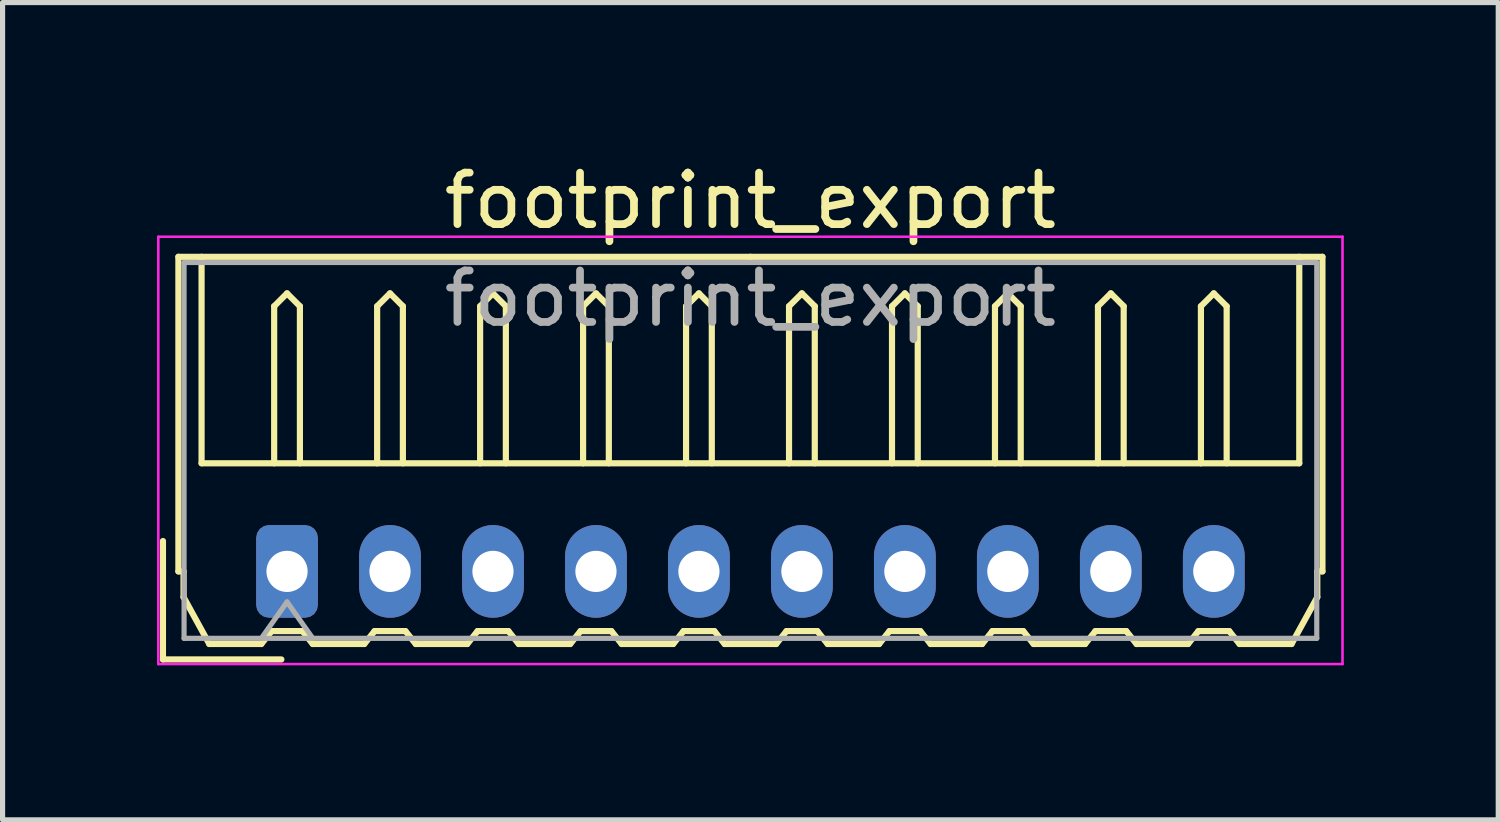
<source format=kicad_pcb>
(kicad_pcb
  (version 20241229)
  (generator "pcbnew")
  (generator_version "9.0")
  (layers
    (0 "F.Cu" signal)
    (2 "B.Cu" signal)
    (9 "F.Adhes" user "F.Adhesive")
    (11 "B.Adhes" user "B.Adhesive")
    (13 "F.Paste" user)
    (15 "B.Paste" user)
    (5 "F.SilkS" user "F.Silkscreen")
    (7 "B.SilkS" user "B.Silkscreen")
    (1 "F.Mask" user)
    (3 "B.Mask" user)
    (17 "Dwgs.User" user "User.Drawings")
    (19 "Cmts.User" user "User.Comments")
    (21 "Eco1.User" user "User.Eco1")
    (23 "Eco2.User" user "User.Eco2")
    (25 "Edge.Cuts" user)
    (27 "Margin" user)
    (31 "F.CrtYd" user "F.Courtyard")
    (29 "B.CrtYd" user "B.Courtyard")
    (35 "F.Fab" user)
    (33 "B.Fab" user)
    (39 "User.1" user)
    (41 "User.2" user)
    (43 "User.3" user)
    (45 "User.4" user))
  (footprint "footprint_export"
    (layer "F.Cu")
    (at 2.525 8.048)
    (property "Reference" "footprint_export" (at 9 -7.2 0) (layer "F.SilkS") (effects (font (size 1 1) (thickness 0.15))))
    (attr through_hole)
    (fp_line (start -2.41 1.71) (end -2.41 -0.59) (stroke (width 0.12) (type solid)) (layer "F.SilkS"))
    (fp_line (start -2.11 -6.11) (end 9 -6.11) (stroke (width 0.12) (type solid)) (layer "F.SilkS"))
    (fp_line (start -2.11 0) (end -2.11 -6.11) (stroke (width 0.12) (type solid)) (layer "F.SilkS"))
    (fp_line (start -2.01 0) (end -2.11 0) (stroke (width 0.12) (type solid)) (layer "F.SilkS"))
    (fp_line (start -2.01 0.5) (end -2.01 0) (stroke (width 0.12) (type solid)) (layer "F.SilkS"))
    (fp_line (start -1.66 -6.11) (end -1.66 -2.1) (stroke (width 0.12) (type solid)) (layer "F.SilkS"))
    (fp_line (start -1.66 -2.1) (end 19.66 -2.1) (stroke (width 0.12) (type solid)) (layer "F.SilkS"))
    (fp_line (start -1.51 1.41) (end -2.01 0.5) (stroke (width 0.12) (type solid)) (layer "F.SilkS"))
    (fp_line (start -0.5 1.41) (end -1.51 1.41) (stroke (width 0.12) (type solid)) (layer "F.SilkS"))
    (fp_line (start -0.3 1.16) (end -0.5 1.41) (stroke (width 0.12) (type solid)) (layer "F.SilkS"))
    (fp_line (start -0.3 1.16) (end 0.3 1.16) (stroke (width 0.12) (type solid)) (layer "F.SilkS"))
    (fp_line (start -0.25 -5.15) (end 0 -5.4) (stroke (width 0.12) (type solid)) (layer "F.SilkS"))
    (fp_line (start -0.25 -2.1) (end -0.25 -5.15) (stroke (width 0.12) (type solid)) (layer "F.SilkS"))
    (fp_line (start -0.11 1.71) (end -2.41 1.71) (stroke (width 0.12) (type solid)) (layer "F.SilkS"))
    (fp_line (start 0 -5.4) (end 0.25 -5.15) (stroke (width 0.12) (type solid)) (layer "F.SilkS"))
    (fp_line (start 0.25 -5.15) (end 0.25 -2.1) (stroke (width 0.12) (type solid)) (layer "F.SilkS"))
    (fp_line (start 0.3 1.16) (end 0.5 1.41) (stroke (width 0.12) (type solid)) (layer "F.SilkS"))
    (fp_line (start 0.5 1.41) (end 1.5 1.41) (stroke (width 0.12) (type solid)) (layer "F.SilkS"))
    (fp_line (start 1.5 1.41) (end 1.7 1.16) (stroke (width 0.12) (type solid)) (layer "F.SilkS"))
    (fp_line (start 1.7 1.16) (end 2.3 1.16) (stroke (width 0.12) (type solid)) (layer "F.SilkS"))
    (fp_line (start 1.75 -5.15) (end 2 -5.4) (stroke (width 0.12) (type solid)) (layer "F.SilkS"))
    (fp_line (start 1.75 -2.1) (end 1.75 -5.15) (stroke (width 0.12) (type solid)) (layer "F.SilkS"))
    (fp_line (start 2 -5.4) (end 2.25 -5.15) (stroke (width 0.12) (type solid)) (layer "F.SilkS"))
    (fp_line (start 2.25 -5.15) (end 2.25 -2.1) (stroke (width 0.12) (type solid)) (layer "F.SilkS"))
    (fp_line (start 2.3 1.16) (end 2.5 1.41) (stroke (width 0.12) (type solid)) (layer "F.SilkS"))
    (fp_line (start 2.5 1.41) (end 3.5 1.41) (stroke (width 0.12) (type solid)) (layer "F.SilkS"))
    (fp_line (start 3.5 1.41) (end 3.7 1.16) (stroke (width 0.12) (type solid)) (layer "F.SilkS"))
    (fp_line (start 3.7 1.16) (end 4.3 1.16) (stroke (width 0.12) (type solid)) (layer "F.SilkS"))
    (fp_line (start 3.75 -5.15) (end 4 -5.4) (stroke (width 0.12) (type solid)) (layer "F.SilkS"))
    (fp_line (start 3.75 -2.1) (end 3.75 -5.15) (stroke (width 0.12) (type solid)) (layer "F.SilkS"))
    (fp_line (start 4 -5.4) (end 4.25 -5.15) (stroke (width 0.12) (type solid)) (layer "F.SilkS"))
    (fp_line (start 4.25 -5.15) (end 4.25 -2.1) (stroke (width 0.12) (type solid)) (layer "F.SilkS"))
    (fp_line (start 4.3 1.16) (end 4.5 1.41) (stroke (width 0.12) (type solid)) (layer "F.SilkS"))
    (fp_line (start 4.5 1.41) (end 5.5 1.41) (stroke (width 0.12) (type solid)) (layer "F.SilkS"))
    (fp_line (start 5.5 1.41) (end 5.7 1.16) (stroke (width 0.12) (type solid)) (layer "F.SilkS"))
    (fp_line (start 5.7 1.16) (end 6.3 1.16) (stroke (width 0.12) (type solid)) (layer "F.SilkS"))
    (fp_line (start 5.75 -5.15) (end 6 -5.4) (stroke (width 0.12) (type solid)) (layer "F.SilkS"))
    (fp_line (start 5.75 -2.1) (end 5.75 -5.15) (stroke (width 0.12) (type solid)) (layer "F.SilkS"))
    (fp_line (start 6 -5.4) (end 6.25 -5.15) (stroke (width 0.12) (type solid)) (layer "F.SilkS"))
    (fp_line (start 6.25 -5.15) (end 6.25 -2.1) (stroke (width 0.12) (type solid)) (layer "F.SilkS"))
    (fp_line (start 6.3 1.16) (end 6.5 1.41) (stroke (width 0.12) (type solid)) (layer "F.SilkS"))
    (fp_line (start 6.5 1.41) (end 7.5 1.41) (stroke (width 0.12) (type solid)) (layer "F.SilkS"))
    (fp_line (start 7.5 1.41) (end 7.7 1.16) (stroke (width 0.12) (type solid)) (layer "F.SilkS"))
    (fp_line (start 7.7 1.16) (end 8.3 1.16) (stroke (width 0.12) (type solid)) (layer "F.SilkS"))
    (fp_line (start 7.75 -5.15) (end 8 -5.4) (stroke (width 0.12) (type solid)) (layer "F.SilkS"))
    (fp_line (start 7.75 -2.1) (end 7.75 -5.15) (stroke (width 0.12) (type solid)) (layer "F.SilkS"))
    (fp_line (start 8 -5.4) (end 8.25 -5.15) (stroke (width 0.12) (type solid)) (layer "F.SilkS"))
    (fp_line (start 8.25 -5.15) (end 8.25 -2.1) (stroke (width 0.12) (type solid)) (layer "F.SilkS"))
    (fp_line (start 8.3 1.16) (end 8.5 1.41) (stroke (width 0.12) (type solid)) (layer "F.SilkS"))
    (fp_line (start 8.5 1.41) (end 9.5 1.41) (stroke (width 0.12) (type solid)) (layer "F.SilkS"))
    (fp_line (start 9.5 1.41) (end 9.7 1.16) (stroke (width 0.12) (type solid)) (layer "F.SilkS"))
    (fp_line (start 9.7 1.16) (end 10.3 1.16) (stroke (width 0.12) (type solid)) (layer "F.SilkS"))
    (fp_line (start 9.75 -5.15) (end 10 -5.4) (stroke (width 0.12) (type solid)) (layer "F.SilkS"))
    (fp_line (start 9.75 -2.1) (end 9.75 -5.15) (stroke (width 0.12) (type solid)) (layer "F.SilkS"))
    (fp_line (start 10 -5.4) (end 10.25 -5.15) (stroke (width 0.12) (type solid)) (layer "F.SilkS"))
    (fp_line (start 10.25 -5.15) (end 10.25 -2.1) (stroke (width 0.12) (type solid)) (layer "F.SilkS"))
    (fp_line (start 10.3 1.16) (end 10.5 1.41) (stroke (width 0.12) (type solid)) (layer "F.SilkS"))
    (fp_line (start 10.5 1.41) (end 11.5 1.41) (stroke (width 0.12) (type solid)) (layer "F.SilkS"))
    (fp_line (start 11.5 1.41) (end 11.7 1.16) (stroke (width 0.12) (type solid)) (layer "F.SilkS"))
    (fp_line (start 11.7 1.16) (end 12.3 1.16) (stroke (width 0.12) (type solid)) (layer "F.SilkS"))
    (fp_line (start 11.75 -5.15) (end 12 -5.4) (stroke (width 0.12) (type solid)) (layer "F.SilkS"))
    (fp_line (start 11.75 -2.1) (end 11.75 -5.15) (stroke (width 0.12) (type solid)) (layer "F.SilkS"))
    (fp_line (start 12 -5.4) (end 12.25 -5.15) (stroke (width 0.12) (type solid)) (layer "F.SilkS"))
    (fp_line (start 12.25 -5.15) (end 12.25 -2.1) (stroke (width 0.12) (type solid)) (layer "F.SilkS"))
    (fp_line (start 12.3 1.16) (end 12.5 1.41) (stroke (width 0.12) (type solid)) (layer "F.SilkS"))
    (fp_line (start 12.5 1.41) (end 13.5 1.41) (stroke (width 0.12) (type solid)) (layer "F.SilkS"))
    (fp_line (start 13.5 1.41) (end 13.7 1.16) (stroke (width 0.12) (type solid)) (layer "F.SilkS"))
    (fp_line (start 13.7 1.16) (end 14.3 1.16) (stroke (width 0.12) (type solid)) (layer "F.SilkS"))
    (fp_line (start 13.75 -5.15) (end 14 -5.4) (stroke (width 0.12) (type solid)) (layer "F.SilkS"))
    (fp_line (start 13.75 -2.1) (end 13.75 -5.15) (stroke (width 0.12) (type solid)) (layer "F.SilkS"))
    (fp_line (start 14 -5.4) (end 14.25 -5.15) (stroke (width 0.12) (type solid)) (layer "F.SilkS"))
    (fp_line (start 14.25 -5.15) (end 14.25 -2.1) (stroke (width 0.12) (type solid)) (layer "F.SilkS"))
    (fp_line (start 14.3 1.16) (end 14.5 1.41) (stroke (width 0.12) (type solid)) (layer "F.SilkS"))
    (fp_line (start 14.5 1.41) (end 15.5 1.41) (stroke (width 0.12) (type solid)) (layer "F.SilkS"))
    (fp_line (start 15.5 1.41) (end 15.7 1.16) (stroke (width 0.12) (type solid)) (layer "F.SilkS"))
    (fp_line (start 15.7 1.16) (end 16.3 1.16) (stroke (width 0.12) (type solid)) (layer "F.SilkS"))
    (fp_line (start 15.75 -5.15) (end 16 -5.4) (stroke (width 0.12) (type solid)) (layer "F.SilkS"))
    (fp_line (start 15.75 -2.1) (end 15.75 -5.15) (stroke (width 0.12) (type solid)) (layer "F.SilkS"))
    (fp_line (start 16 -5.4) (end 16.25 -5.15) (stroke (width 0.12) (type solid)) (layer "F.SilkS"))
    (fp_line (start 16.25 -5.15) (end 16.25 -2.1) (stroke (width 0.12) (type solid)) (layer "F.SilkS"))
    (fp_line (start 16.3 1.16) (end 16.5 1.41) (stroke (width 0.12) (type solid)) (layer "F.SilkS"))
    (fp_line (start 16.5 1.41) (end 17.5 1.41) (stroke (width 0.12) (type solid)) (layer "F.SilkS"))
    (fp_line (start 17.5 1.41) (end 17.7 1.16) (stroke (width 0.12) (type solid)) (layer "F.SilkS"))
    (fp_line (start 17.7 1.16) (end 18.3 1.16) (stroke (width 0.12) (type solid)) (layer "F.SilkS"))
    (fp_line (start 17.75 -5.15) (end 18 -5.4) (stroke (width 0.12) (type solid)) (layer "F.SilkS"))
    (fp_line (start 17.75 -2.1) (end 17.75 -5.15) (stroke (width 0.12) (type solid)) (layer "F.SilkS"))
    (fp_line (start 18 -5.4) (end 18.25 -5.15) (stroke (width 0.12) (type solid)) (layer "F.SilkS"))
    (fp_line (start 18.25 -5.15) (end 18.25 -2.1) (stroke (width 0.12) (type solid)) (layer "F.SilkS"))
    (fp_line (start 18.3 1.16) (end 18.5 1.41) (stroke (width 0.12) (type solid)) (layer "F.SilkS"))
    (fp_line (start 18.5 1.41) (end 19.51 1.41) (stroke (width 0.12) (type solid)) (layer "F.SilkS"))
    (fp_line (start 19.51 1.41) (end 20.01 0.5) (stroke (width 0.12) (type solid)) (layer "F.SilkS"))
    (fp_line (start 19.66 -2.1) (end 19.66 -6.11) (stroke (width 0.12) (type solid)) (layer "F.SilkS"))
    (fp_line (start 20.01 0) (end 20.11 0) (stroke (width 0.12) (type solid)) (layer "F.SilkS"))
    (fp_line (start 20.01 0.5) (end 20.01 0) (stroke (width 0.12) (type solid)) (layer "F.SilkS"))
    (fp_line (start 20.11 -6.11) (end 9 -6.11) (stroke (width 0.12) (type solid)) (layer "F.SilkS"))
    (fp_line (start 20.11 0) (end 20.11 -6.11) (stroke (width 0.12) (type solid)) (layer "F.SilkS"))
    (fp_line (start -2.5 -6.5) (end -2.5 1.8) (stroke (width 0.05) (type solid)) (layer "F.CrtYd"))
    (fp_line (start -2.5 1.8) (end 20.5 1.8) (stroke (width 0.05) (type solid)) (layer "F.CrtYd"))
    (fp_line (start 20.5 -6.5) (end -2.5 -6.5) (stroke (width 0.05) (type solid)) (layer "F.CrtYd"))
    (fp_line (start 20.5 1.8) (end 20.5 -6.5) (stroke (width 0.05) (type solid)) (layer "F.CrtYd"))
    (fp_line (start -2 -6) (end -2 1.3) (stroke (width 0.1) (type solid)) (layer "F.Fab"))
    (fp_line (start -2 1.3) (end 20 1.3) (stroke (width 0.1) (type solid)) (layer "F.Fab"))
    (fp_line (start -0.5 1.3) (end 0 0.593) (stroke (width 0.1) (type solid)) (layer "F.Fab"))
    (fp_line (start 0 0.593) (end 0.5 1.3) (stroke (width 0.1) (type solid)) (layer "F.Fab"))
    (fp_line (start 20 -6) (end -2 -6) (stroke (width 0.1) (type solid)) (layer "F.Fab"))
    (fp_line (start 20 1.3) (end 20 -6) (stroke (width 0.1) (type solid)) (layer "F.Fab"))
    (fp_text user "${REFERENCE}" (at 9 -5.3 0) (layer "F.Fab") (effects (font (size 1 1) (thickness 0.15))))
    (pad "1" thru_hole roundrect (at 0 0) (size 1.2 1.8) (drill 0.8) (layers "*.Cu" "*.Mask") (roundrect_rratio 0.208))
    (pad "2" thru_hole oval (at 2 0) (size 1.2 1.8) (drill 0.8) (layers "*.Cu" "*.Mask"))
    (pad "3" thru_hole oval (at 4 0) (size 1.2 1.8) (drill 0.8) (layers "*.Cu" "*.Mask"))
    (pad "4" thru_hole oval (at 6 0) (size 1.2 1.8) (drill 0.8) (layers "*.Cu" "*.Mask"))
    (pad "5" thru_hole oval (at 8 0) (size 1.2 1.8) (drill 0.8) (layers "*.Cu" "*.Mask"))
    (pad "6" thru_hole oval (at 10 0) (size 1.2 1.8) (drill 0.8) (layers "*.Cu" "*.Mask"))
    (pad "7" thru_hole oval (at 12 0) (size 1.2 1.8) (drill 0.8) (layers "*.Cu" "*.Mask"))
    (pad "8" thru_hole oval (at 14 0) (size 1.2 1.8) (drill 0.8) (layers "*.Cu" "*.Mask"))
    (pad "9" thru_hole oval (at 16 0) (size 1.2 1.8) (drill 0.8) (layers "*.Cu" "*.Mask"))
    (pad "10" thru_hole oval (at 18 0) (size 1.2 1.8) (drill 0.8) (layers "*.Cu" "*.Mask")))
  (gr_rect
    (start -3 -3)
    (end 26.05 12.873)
    (stroke (width 0.1) (type default))
    (fill no)
    (layer "Edge.Cuts")))
</source>
